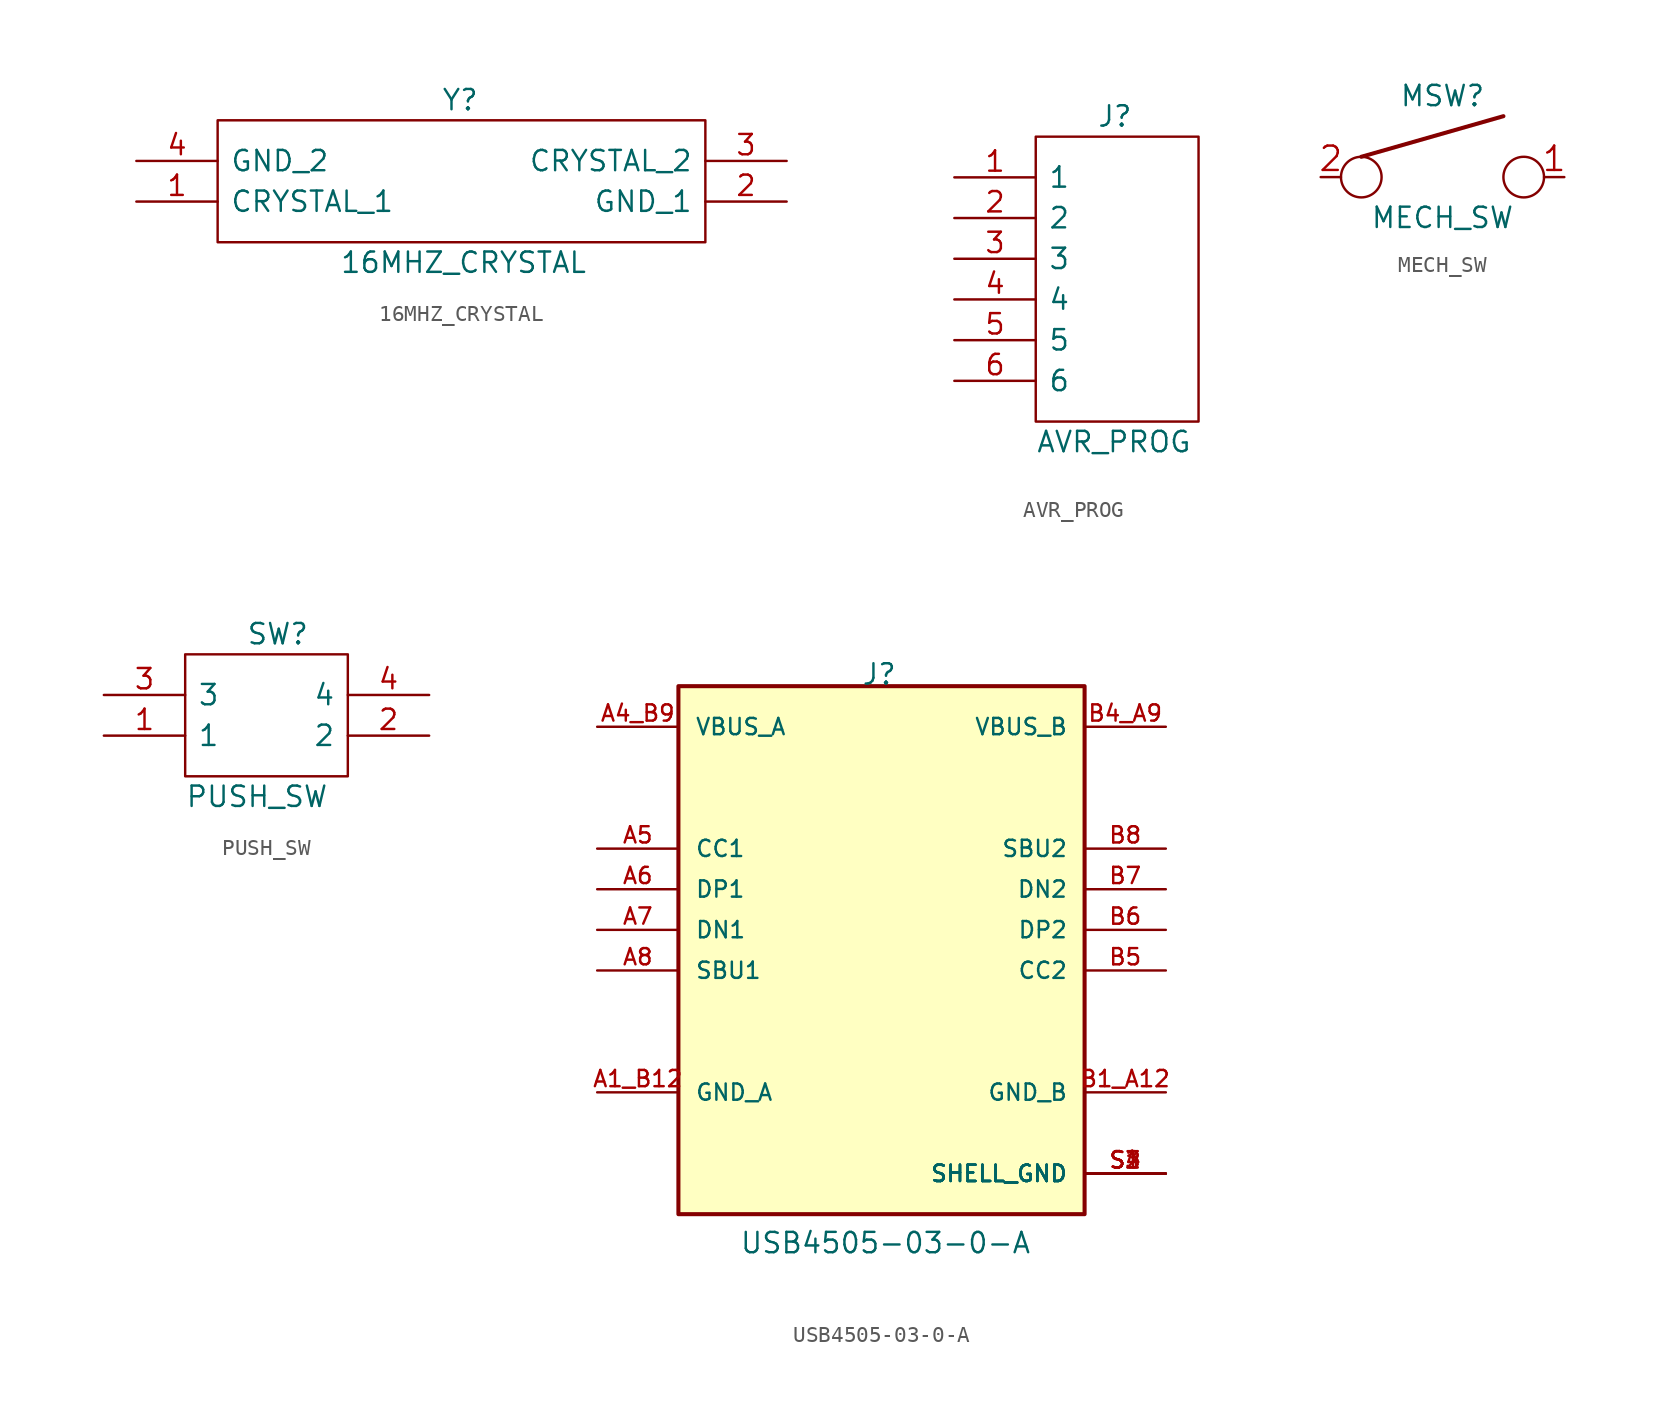
<source format=kicad_sym>
(kicad_symbol_lib
  (version 20211014)
  (generator kicad_symbol_editor)
  (symbol "16MHZ_CRYSTAL"
    (pin_names
      (offset 0.762))
    (property "Reference" "Y"
      (at 19.05 3.81 0)
      (effects (font (size 1.27 1.27)) (justify left)))
    (property "Value" "16MHZ_CRYSTAL"
      (at 12.7 -6.35 0)
      (effects (font (size 1.27 1.27)) (justify left)))
    (symbol "16MHZ_CRYSTAL_0_0"
      (pin passive line (at 0 -2.54 0) (length 5.08) (name "CRYSTAL_1" (effects (font (size 1.27 1.27)))) (number "1" (effects (font (size 1.27 1.27)))))
      (pin passive line (at 40.64 -2.54 180) (length 5.08) (name "GND_1" (effects (font (size 1.27 1.27)))) (number "2" (effects (font (size 1.27 1.27)))))
      (pin passive line (at 40.64 0 180) (length 5.08) (name "CRYSTAL_2" (effects (font (size 1.27 1.27)))) (number "3" (effects (font (size 1.27 1.27)))))
      (pin passive line (at 0 0 0) (length 5.08) (name "GND_2" (effects (font (size 1.27 1.27)))) (number "4" (effects (font (size 1.27 1.27))))))
    (symbol "16MHZ_CRYSTAL_0_1"
      (polyline (pts (xy 5.08 2.54) (xy 35.56 2.54) (xy 35.56 -5.08) (xy 5.08 -5.08) (xy 5.08 2.54)) (stroke (width 0.152) (type default) (color 0 0 0 0)) (fill (type none)))))
  (symbol "AVR_PROG"
    (pin_names
      (offset 0.762))
    (property "Reference" "J"
      (at 8.89 3.81 0)
      (effects (font (size 1.27 1.27)) (justify left)))
    (property "Value" "AVR_PROG"
      (at 5.08 -16.51 0)
      (effects (font (size 1.27 1.27)) (justify left)))
    (symbol "AVR_PROG_0_0"
      (pin passive line (at 0 0 0) (length 5.08) (name "1" (effects (font (size 1.27 1.27)))) (number "1" (effects (font (size 1.27 1.27)))))
      (pin passive line (at 0 -2.54 0) (length 5.08) (name "2" (effects (font (size 1.27 1.27)))) (number "2" (effects (font (size 1.27 1.27)))))
      (pin passive line (at 0 -5.08 0) (length 5.08) (name "3" (effects (font (size 1.27 1.27)))) (number "3" (effects (font (size 1.27 1.27)))))
      (pin passive line (at 0 -7.62 0) (length 5.08) (name "4" (effects (font (size 1.27 1.27)))) (number "4" (effects (font (size 1.27 1.27)))))
      (pin passive line (at 0 -10.16 0) (length 5.08) (name "5" (effects (font (size 1.27 1.27)))) (number "5" (effects (font (size 1.27 1.27)))))
      (pin passive line (at 0 -12.7 0) (length 5.08) (name "6" (effects (font (size 1.27 1.27)))) (number "6" (effects (font (size 1.27 1.27))))))
    (symbol "AVR_PROG_0_1"
      (polyline (pts (xy 5.08 2.54) (xy 15.24 2.54) (xy 15.24 -15.24) (xy 5.08 -15.24) (xy 5.08 2.54)) (stroke (width 0.152) (type default) (color 0 0 0 0)) (fill (type none)))))
  (symbol "MECH_SW"
    (property "Reference" "MSW"
      (at 0 5.08 0)
      (effects (font (size 1.27 1.27))))
    (property "Value" "MECH_SW"
      (at 0 -2.54 0)
      (effects (font (size 1.27 1.27))))
    (symbol "MECH_SW_0_1"
      (circle (center -5.08 0) (radius 1.27) (stroke (width 0) (type default) (color 0 0 0 0)) (fill (type none)))
      (polyline (pts (xy -5.08 1.27) (xy 3.81 3.81)) (stroke (width 0.254) (type default) (color 0 0 0 0)) (fill (type none)))
      (circle (center 5.08 0) (radius 1.27) (stroke (width 0) (type default) (color 0 0 0 0)) (fill (type none))))
    (symbol "MECH_SW_1_1"
      (pin passive line (at 7.62 0 180) (length 1.27) (name "~" (effects (font (size 1.524 1.524)))) (number "1" (effects (font (size 1.524 1.524)))))
      (pin passive line (at -7.62 0 0) (length 1.27) (name "~" (effects (font (size 1.524 1.524)))) (number "2" (effects (font (size 1.524 1.524)))))))
  (symbol "PUSH_SW"
    (pin_names
      (offset 0.762))
    (property "Reference" "SW"
      (at 8.89 3.81 0)
      (effects (font (size 1.27 1.27)) (justify left)))
    (property "Value" "PUSH_SW"
      (at 5.08 -6.35 0)
      (effects (font (size 1.27 1.27)) (justify left)))
    (symbol "PUSH_SW_0_0"
      (pin passive line (at 0 -2.54 0) (length 5.08) (name "1" (effects (font (size 1.27 1.27)))) (number "1" (effects (font (size 1.27 1.27)))))
      (pin passive line (at 20.32 -2.54 180) (length 5.08) (name "2" (effects (font (size 1.27 1.27)))) (number "2" (effects (font (size 1.27 1.27)))))
      (pin passive line (at 0 0 0) (length 5.08) (name "3" (effects (font (size 1.27 1.27)))) (number "3" (effects (font (size 1.27 1.27)))))
      (pin passive line (at 20.32 0 180) (length 5.08) (name "4" (effects (font (size 1.27 1.27)))) (number "4" (effects (font (size 1.27 1.27))))))
    (symbol "PUSH_SW_0_1"
      (polyline (pts (xy 5.08 2.54) (xy 15.24 2.54) (xy 15.24 -5.08) (xy 5.08 -5.08) (xy 5.08 2.54)) (stroke (width 0.152) (type default) (color 0 0 0 0)) (fill (type none)))))
  (symbol "USB4505-03-0-A"
    (pin_names
      (offset 1.016))
    (property "Reference" "J"
      (at -1.27 15.24 0)
      (effects (font (size 1.27 1.27)) (justify left bottom)))
    (property "Value" "USB4505-03-0-A"
      (at -8.89 -20.32 0)
      (effects (font (size 1.27 1.27)) (justify left bottom)))
    (property "ki_locked" ""
      (at 0 0 0)
      (effects (font (size 1.27 1.27))))
    (symbol "USB4505-03-0-A_0_0"
      (rectangle (start -12.7 -17.78) (end 12.7 15.24) (stroke (width 0.254) (type default) (color 0 0 0 0)) (fill (type background)))
      (pin power_in line (at -17.78 -10.16 0) (length 5.08) (name "GND_A" (effects (font (size 1.016 1.016)))) (number "A1_B12" (effects (font (size 1.016 1.016)))))
      (pin power_in line (at -17.78 12.7 0) (length 5.08) (name "VBUS_A" (effects (font (size 1.016 1.016)))) (number "A4_B9" (effects (font (size 1.016 1.016)))))
      (pin bidirectional line (at -17.78 5.08 0) (length 5.08) (name "CC1" (effects (font (size 1.016 1.016)))) (number "A5" (effects (font (size 1.016 1.016)))))
      (pin bidirectional line (at -17.78 2.54 0) (length 5.08) (name "DP1" (effects (font (size 1.016 1.016)))) (number "A6" (effects (font (size 1.016 1.016)))))
      (pin bidirectional line (at -17.78 0 0) (length 5.08) (name "DN1" (effects (font (size 1.016 1.016)))) (number "A7" (effects (font (size 1.016 1.016)))))
      (pin bidirectional line (at -17.78 -2.54 0) (length 5.08) (name "SBU1" (effects (font (size 1.016 1.016)))) (number "A8" (effects (font (size 1.016 1.016)))))
      (pin power_in line (at 17.78 -10.16 180) (length 5.08) (name "GND_B" (effects (font (size 1.016 1.016)))) (number "B1_A12" (effects (font (size 1.016 1.016)))))
      (pin power_in line (at 17.78 12.7 180) (length 5.08) (name "VBUS_B" (effects (font (size 1.016 1.016)))) (number "B4_A9" (effects (font (size 1.016 1.016)))))
      (pin bidirectional line (at 17.78 -2.54 180) (length 5.08) (name "CC2" (effects (font (size 1.016 1.016)))) (number "B5" (effects (font (size 1.016 1.016)))))
      (pin bidirectional line (at 17.78 0 180) (length 5.08) (name "DP2" (effects (font (size 1.016 1.016)))) (number "B6" (effects (font (size 1.016 1.016)))))
      (pin bidirectional line (at 17.78 2.54 180) (length 5.08) (name "DN2" (effects (font (size 1.016 1.016)))) (number "B7" (effects (font (size 1.016 1.016)))))
      (pin bidirectional line (at 17.78 5.08 180) (length 5.08) (name "SBU2" (effects (font (size 1.016 1.016)))) (number "B8" (effects (font (size 1.016 1.016)))))
      (pin power_in line (at 17.78 -15.24 180) (length 5.08) (name "SHELL_GND" (effects (font (size 1.016 1.016)))) (number "S1" (effects (font (size 1.016 1.016)))))
      (pin power_in line (at 17.78 -15.24 180) (length 5.08) (name "SHELL_GND" (effects (font (size 1.016 1.016)))) (number "S2" (effects (font (size 1.016 1.016)))))
      (pin power_in line (at 17.78 -15.24 180) (length 5.08) (name "SHELL_GND" (effects (font (size 1.016 1.016)))) (number "S3" (effects (font (size 1.016 1.016)))))
      (pin power_in line (at 17.78 -15.24 180) (length 5.08) (name "SHELL_GND" (effects (font (size 1.016 1.016)))) (number "S4" (effects (font (size 1.016 1.016))))))))
</source>
